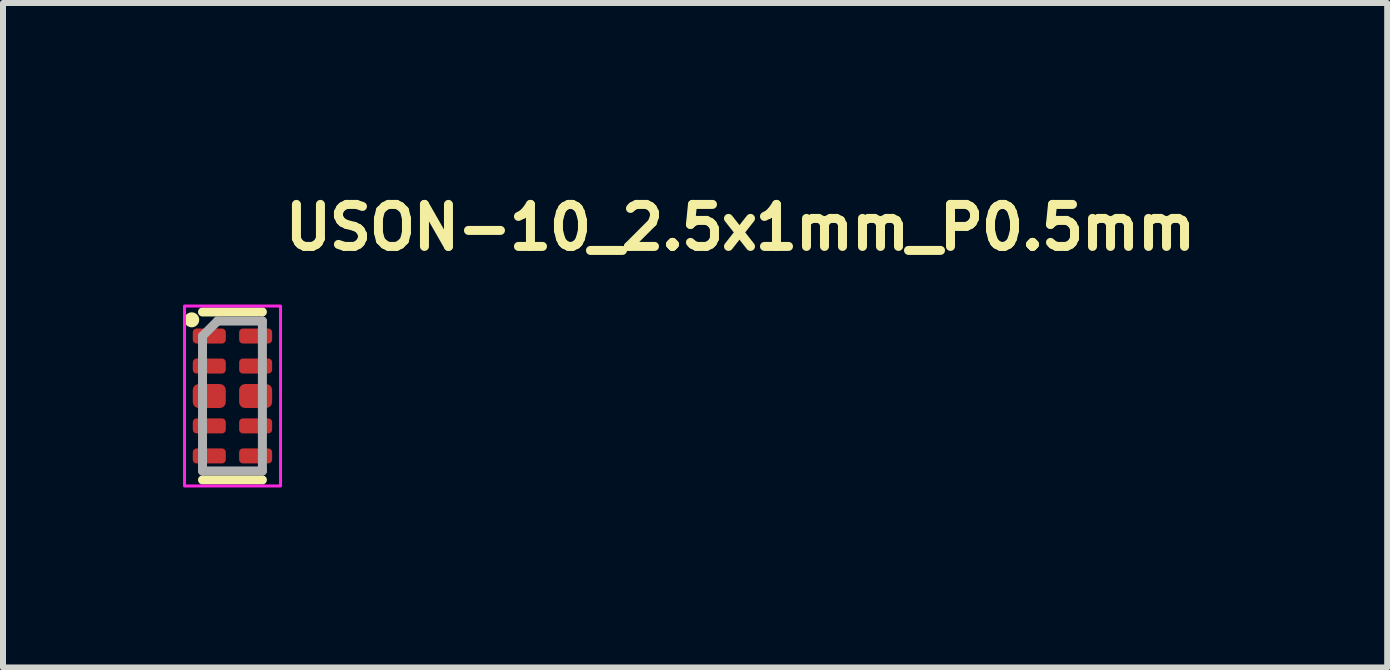
<source format=kicad_pcb>
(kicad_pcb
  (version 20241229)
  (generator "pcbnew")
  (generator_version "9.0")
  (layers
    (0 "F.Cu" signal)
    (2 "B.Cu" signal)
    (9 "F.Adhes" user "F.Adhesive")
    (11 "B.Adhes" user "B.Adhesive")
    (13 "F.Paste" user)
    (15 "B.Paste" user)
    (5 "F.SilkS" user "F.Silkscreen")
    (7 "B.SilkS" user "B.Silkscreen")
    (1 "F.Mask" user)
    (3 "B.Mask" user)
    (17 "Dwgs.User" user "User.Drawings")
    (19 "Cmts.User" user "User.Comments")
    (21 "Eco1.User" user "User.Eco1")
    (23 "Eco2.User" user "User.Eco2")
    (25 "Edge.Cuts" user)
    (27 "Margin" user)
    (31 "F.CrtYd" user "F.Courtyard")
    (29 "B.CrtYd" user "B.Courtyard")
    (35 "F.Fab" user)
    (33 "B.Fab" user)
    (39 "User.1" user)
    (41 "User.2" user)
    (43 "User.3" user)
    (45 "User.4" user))
  (footprint "USON-10_2.5x1mm_P0.5mm"
    (layer "F.Cu")
    (at 0.825 3.55)
    (property "Reference" "USON-10_2.5x1mm_P0.5mm" (at 0.8 -2.4 0) (layer "F.SilkS") (effects (font (size 0.7 0.7) (thickness 0.15)) (justify left bottom)))
    (attr smd)
    (fp_line (start -0.5 -1.401) (end 0.498 -1.401) (stroke (width 0.15) (type solid)) (layer "F.SilkS"))
    (fp_line (start -0.5 1.398) (end 0.498 1.398) (stroke (width 0.15) (type solid)) (layer "F.SilkS"))
    (fp_circle (center -0.68 -1.27) (end -0.63 -1.27) (stroke (width 0.15) (type solid)) (fill yes) (layer "F.SilkS"))
    (fp_rect (start 0.8 1.499) (end -0.8 -1.5) (stroke (width 0.05) (type solid)) (fill no) (layer "F.CrtYd"))
    (fp_line (start -0.5 -1) (end -0.25 -1.25) (stroke (width 0.15) (type solid)) (layer "F.Fab"))
    (fp_line (start -0.5 1.249) (end -0.5 -1) (stroke (width 0.15) (type solid)) (layer "F.Fab"))
    (fp_line (start -0.25 -1.25) (end 0.498 -1.25) (stroke (width 0.15) (type solid)) (layer "F.Fab"))
    (fp_line (start 0.498 1.249) (end -0.5 1.249) (stroke (width 0.15) (type solid)) (layer "F.Fab"))
    (fp_line (start 0.498 1.249) (end 0.498 -1.25) (stroke (width 0.15) (type solid)) (layer "F.Fab"))
    (fp_rect (start 0.498 1.249) (end -0.5 -1.25) (stroke (width 0.1) (type solid)) (fill no) (layer "User.5"))
    (fp_line (start -0.5 -1.25) (end 0.498 -1.25) (stroke (width 0.02) (type solid)) (layer "User.9"))
    (fp_line (start -0.5 1.249) (end -0.5 -1.25) (stroke (width 0.02) (type solid)) (layer "User.9"))
    (fp_line (start -0.422 -1.063) (end -0.422 -1.055) (stroke (width 0.02) (type solid)) (layer "User.9"))
    (fp_line (start -0.422 -1.063) (end -0.422 -1.055) (stroke (width 0.02) (type solid)) (layer "User.9"))
    (fp_line (start -0.422 -1.055) (end -0.422 -1.049) (stroke (width 0.02) (type solid)) (layer "User.9"))
    (fp_line (start -0.422 -1.055) (end -0.422 -1.049) (stroke (width 0.02) (type solid)) (layer "User.9"))
    (fp_line (start -0.422 -1.049) (end -0.422 -1.043) (stroke (width 0.02) (type solid)) (layer "User.9"))
    (fp_line (start -0.422 -1.049) (end -0.422 -1.043) (stroke (width 0.02) (type solid)) (layer "User.9"))
    (fp_line (start -0.422 -1.043) (end -0.422 -1.037) (stroke (width 0.02) (type solid)) (layer "User.9"))
    (fp_line (start -0.422 -1.043) (end -0.422 -1.037) (stroke (width 0.02) (type solid)) (layer "User.9"))
    (fp_line (start -0.422 -1.037) (end -0.421 -1.031) (stroke (width 0.02) (type solid)) (layer "User.9"))
    (fp_line (start -0.422 -1.037) (end -0.421 -1.031) (stroke (width 0.02) (type solid)) (layer "User.9"))
    (fp_line (start -0.421 -1.069) (end -0.422 -1.063) (stroke (width 0.02) (type solid)) (layer "User.9"))
    (fp_line (start -0.421 -1.069) (end -0.422 -1.063) (stroke (width 0.02) (type solid)) (layer "User.9"))
    (fp_line (start -0.421 -1.031) (end -0.419 -1.024) (stroke (width 0.02) (type solid)) (layer "User.9"))
    (fp_line (start -0.421 -1.031) (end -0.419 -1.024) (stroke (width 0.02) (type solid)) (layer "User.9"))
    (fp_line (start -0.419 -1.075) (end -0.421 -1.069) (stroke (width 0.02) (type solid)) (layer "User.9"))
    (fp_line (start -0.419 -1.075) (end -0.421 -1.069) (stroke (width 0.02) (type solid)) (layer "User.9"))
    (fp_line (start -0.419 -1.024) (end -0.417 -1.018) (stroke (width 0.02) (type solid)) (layer "User.9"))
    (fp_line (start -0.419 -1.024) (end -0.417 -1.018) (stroke (width 0.02) (type solid)) (layer "User.9"))
    (fp_line (start -0.417 -1.081) (end -0.419 -1.075) (stroke (width 0.02) (type solid)) (layer "User.9"))
    (fp_line (start -0.417 -1.081) (end -0.419 -1.075) (stroke (width 0.02) (type solid)) (layer "User.9"))
    (fp_line (start -0.417 -1.018) (end -0.416 -1.012) (stroke (width 0.02) (type solid)) (layer "User.9"))
    (fp_line (start -0.417 -1.018) (end -0.416 -1.012) (stroke (width 0.02) (type solid)) (layer "User.9"))
    (fp_line (start -0.416 -1.087) (end -0.417 -1.081) (stroke (width 0.02) (type solid)) (layer "User.9"))
    (fp_line (start -0.416 -1.087) (end -0.417 -1.081) (stroke (width 0.02) (type solid)) (layer "User.9"))
    (fp_line (start -0.416 -1.012) (end -0.413 -1.006) (stroke (width 0.02) (type solid)) (layer "User.9"))
    (fp_line (start -0.416 -1.012) (end -0.413 -1.006) (stroke (width 0.02) (type solid)) (layer "User.9"))
    (fp_line (start -0.413 -1.093) (end -0.416 -1.087) (stroke (width 0.02) (type solid)) (layer "User.9"))
    (fp_line (start -0.413 -1.093) (end -0.416 -1.087) (stroke (width 0.02) (type solid)) (layer "User.9"))
    (fp_line (start -0.413 -1.006) (end -0.41 -0.999) (stroke (width 0.02) (type solid)) (layer "User.9"))
    (fp_line (start -0.413 -1.006) (end -0.41 -0.999) (stroke (width 0.02) (type solid)) (layer "User.9"))
    (fp_line (start -0.41 -1.099) (end -0.413 -1.093) (stroke (width 0.02) (type solid)) (layer "User.9"))
    (fp_line (start -0.41 -1.099) (end -0.413 -1.093) (stroke (width 0.02) (type solid)) (layer "User.9"))
    (fp_line (start -0.41 -1.099) (end -0.41 -1.099) (stroke (width 0.02) (type solid)) (layer "User.9"))
    (fp_line (start -0.41 -1.099) (end -0.41 -1.099) (stroke (width 0.02) (type solid)) (layer "User.9"))
    (fp_line (start -0.41 -0.999) (end -0.41 -0.999) (stroke (width 0.02) (type solid)) (layer "User.9"))
    (fp_line (start -0.41 -0.999) (end -0.41 -0.999) (stroke (width 0.02) (type solid)) (layer "User.9"))
    (fp_line (start -0.41 -0.999) (end -0.407 -0.993) (stroke (width 0.02) (type solid)) (layer "User.9"))
    (fp_line (start -0.41 -0.999) (end -0.407 -0.993) (stroke (width 0.02) (type solid)) (layer "User.9"))
    (fp_line (start -0.408 -1.103) (end -0.41 -1.099) (stroke (width 0.02) (type solid)) (layer "User.9"))
    (fp_line (start -0.408 -1.103) (end -0.41 -1.099) (stroke (width 0.02) (type solid)) (layer "User.9"))
    (fp_line (start -0.407 -1.105) (end -0.408 -1.103) (stroke (width 0.02) (type solid)) (layer "User.9"))
    (fp_line (start -0.407 -1.105) (end -0.408 -1.103) (stroke (width 0.02) (type solid)) (layer "User.9"))
    (fp_line (start -0.407 -0.993) (end -0.403 -0.988) (stroke (width 0.02) (type solid)) (layer "User.9"))
    (fp_line (start -0.407 -0.993) (end -0.403 -0.988) (stroke (width 0.02) (type solid)) (layer "User.9"))
    (fp_line (start -0.405 -1.107) (end -0.407 -1.105) (stroke (width 0.02) (type solid)) (layer "User.9"))
    (fp_line (start -0.405 -1.107) (end -0.407 -1.105) (stroke (width 0.02) (type solid)) (layer "User.9"))
    (fp_line (start -0.403 -1.111) (end -0.405 -1.107) (stroke (width 0.02) (type solid)) (layer "User.9"))
    (fp_line (start -0.403 -1.111) (end -0.405 -1.107) (stroke (width 0.02) (type solid)) (layer "User.9"))
    (fp_line (start -0.403 -0.988) (end -0.399 -0.983) (stroke (width 0.02) (type solid)) (layer "User.9"))
    (fp_line (start -0.403 -0.988) (end -0.399 -0.983) (stroke (width 0.02) (type solid)) (layer "User.9"))
    (fp_line (start -0.401 -1.113) (end -0.403 -1.111) (stroke (width 0.02) (type solid)) (layer "User.9"))
    (fp_line (start -0.401 -1.113) (end -0.403 -1.111) (stroke (width 0.02) (type solid)) (layer "User.9"))
    (fp_line (start -0.399 -1.115) (end -0.401 -1.113) (stroke (width 0.02) (type solid)) (layer "User.9"))
    (fp_line (start -0.399 -1.115) (end -0.401 -1.113) (stroke (width 0.02) (type solid)) (layer "User.9"))
    (fp_line (start -0.399 -0.983) (end -0.394 -0.978) (stroke (width 0.02) (type solid)) (layer "User.9"))
    (fp_line (start -0.399 -0.983) (end -0.394 -0.978) (stroke (width 0.02) (type solid)) (layer "User.9"))
    (fp_line (start -0.396 -1.117) (end -0.399 -1.115) (stroke (width 0.02) (type solid)) (layer "User.9"))
    (fp_line (start -0.396 -1.117) (end -0.399 -1.115) (stroke (width 0.02) (type solid)) (layer "User.9"))
    (fp_line (start -0.394 -1.119) (end -0.396 -1.117) (stroke (width 0.02) (type solid)) (layer "User.9"))
    (fp_line (start -0.394 -1.119) (end -0.396 -1.117) (stroke (width 0.02) (type solid)) (layer "User.9"))
    (fp_line (start -0.394 -0.978) (end -0.389 -0.974) (stroke (width 0.02) (type solid)) (layer "User.9"))
    (fp_line (start -0.394 -0.978) (end -0.389 -0.974) (stroke (width 0.02) (type solid)) (layer "User.9"))
    (fp_line (start -0.392 -1.123) (end -0.394 -1.119) (stroke (width 0.02) (type solid)) (layer "User.9"))
    (fp_line (start -0.392 -1.123) (end -0.394 -1.119) (stroke (width 0.02) (type solid)) (layer "User.9"))
    (fp_line (start -0.389 -1.125) (end -0.392 -1.123) (stroke (width 0.02) (type solid)) (layer "User.9"))
    (fp_line (start -0.389 -1.125) (end -0.392 -1.123) (stroke (width 0.02) (type solid)) (layer "User.9"))
    (fp_line (start -0.389 -0.974) (end -0.383 -0.97) (stroke (width 0.02) (type solid)) (layer "User.9"))
    (fp_line (start -0.389 -0.974) (end -0.383 -0.97) (stroke (width 0.02) (type solid)) (layer "User.9"))
    (fp_line (start -0.387 -1.127) (end -0.389 -1.125) (stroke (width 0.02) (type solid)) (layer "User.9"))
    (fp_line (start -0.387 -1.127) (end -0.389 -1.125) (stroke (width 0.02) (type solid)) (layer "User.9"))
    (fp_line (start -0.383 -1.129) (end -0.387 -1.127) (stroke (width 0.02) (type solid)) (layer "User.9"))
    (fp_line (start -0.383 -1.129) (end -0.387 -1.127) (stroke (width 0.02) (type solid)) (layer "User.9"))
    (fp_line (start -0.383 -0.97) (end -0.378 -0.966) (stroke (width 0.02) (type solid)) (layer "User.9"))
    (fp_line (start -0.383 -0.97) (end -0.378 -0.966) (stroke (width 0.02) (type solid)) (layer "User.9"))
    (fp_line (start -0.381 -1.131) (end -0.383 -1.129) (stroke (width 0.02) (type solid)) (layer "User.9"))
    (fp_line (start -0.381 -1.131) (end -0.383 -1.129) (stroke (width 0.02) (type solid)) (layer "User.9"))
    (fp_line (start -0.378 -1.133) (end -0.381 -1.131) (stroke (width 0.02) (type solid)) (layer "User.9"))
    (fp_line (start -0.378 -1.133) (end -0.381 -1.131) (stroke (width 0.02) (type solid)) (layer "User.9"))
    (fp_line (start -0.378 -0.966) (end -0.373 -0.963) (stroke (width 0.02) (type solid)) (layer "User.9"))
    (fp_line (start -0.378 -0.966) (end -0.373 -0.963) (stroke (width 0.02) (type solid)) (layer "User.9"))
    (fp_line (start -0.375 -1.133) (end -0.378 -1.133) (stroke (width 0.02) (type solid)) (layer "User.9"))
    (fp_line (start -0.375 -1.133) (end -0.378 -1.133) (stroke (width 0.02) (type solid)) (layer "User.9"))
    (fp_line (start -0.373 -1.135) (end -0.375 -1.133) (stroke (width 0.02) (type solid)) (layer "User.9"))
    (fp_line (start -0.373 -1.135) (end -0.375 -1.133) (stroke (width 0.02) (type solid)) (layer "User.9"))
    (fp_line (start -0.373 -0.963) (end -0.367 -0.96) (stroke (width 0.02) (type solid)) (layer "User.9"))
    (fp_line (start -0.373 -0.963) (end -0.367 -0.96) (stroke (width 0.02) (type solid)) (layer "User.9"))
    (fp_line (start -0.37 -1.137) (end -0.373 -1.135) (stroke (width 0.02) (type solid)) (layer "User.9"))
    (fp_line (start -0.37 -1.137) (end -0.373 -1.135) (stroke (width 0.02) (type solid)) (layer "User.9"))
    (fp_line (start -0.367 -1.139) (end -0.37 -1.137) (stroke (width 0.02) (type solid)) (layer "User.9"))
    (fp_line (start -0.367 -1.139) (end -0.37 -1.137) (stroke (width 0.02) (type solid)) (layer "User.9"))
    (fp_line (start -0.367 -0.96) (end -0.361 -0.958) (stroke (width 0.02) (type solid)) (layer "User.9"))
    (fp_line (start -0.367 -0.96) (end -0.361 -0.958) (stroke (width 0.02) (type solid)) (layer "User.9"))
    (fp_line (start -0.364 -1.141) (end -0.367 -1.139) (stroke (width 0.02) (type solid)) (layer "User.9"))
    (fp_line (start -0.364 -1.141) (end -0.367 -1.139) (stroke (width 0.02) (type solid)) (layer "User.9"))
    (fp_line (start -0.361 -1.141) (end -0.364 -1.141) (stroke (width 0.02) (type solid)) (layer "User.9"))
    (fp_line (start -0.361 -1.141) (end -0.364 -1.141) (stroke (width 0.02) (type solid)) (layer "User.9"))
    (fp_line (start -0.361 -0.958) (end -0.355 -0.956) (stroke (width 0.02) (type solid)) (layer "User.9"))
    (fp_line (start -0.361 -0.958) (end -0.355 -0.956) (stroke (width 0.02) (type solid)) (layer "User.9"))
    (fp_line (start -0.358 -1.143) (end -0.361 -1.141) (stroke (width 0.02) (type solid)) (layer "User.9"))
    (fp_line (start -0.358 -1.143) (end -0.361 -1.141) (stroke (width 0.02) (type solid)) (layer "User.9"))
    (fp_line (start -0.355 -1.143) (end -0.358 -1.143) (stroke (width 0.02) (type solid)) (layer "User.9"))
    (fp_line (start -0.355 -1.143) (end -0.358 -1.143) (stroke (width 0.02) (type solid)) (layer "User.9"))
    (fp_line (start -0.355 -0.956) (end -0.35 -0.954) (stroke (width 0.02) (type solid)) (layer "User.9"))
    (fp_line (start -0.355 -0.956) (end -0.35 -0.954) (stroke (width 0.02) (type solid)) (layer "User.9"))
    (fp_line (start -0.352 -1.145) (end -0.355 -1.143) (stroke (width 0.02) (type solid)) (layer "User.9"))
    (fp_line (start -0.352 -1.145) (end -0.355 -1.143) (stroke (width 0.02) (type solid)) (layer "User.9"))
    (fp_line (start -0.35 -1.145) (end -0.352 -1.145) (stroke (width 0.02) (type solid)) (layer "User.9"))
    (fp_line (start -0.35 -1.145) (end -0.352 -1.145) (stroke (width 0.02) (type solid)) (layer "User.9"))
    (fp_line (start -0.35 -0.954) (end -0.344 -0.952) (stroke (width 0.02) (type solid)) (layer "User.9"))
    (fp_line (start -0.35 -0.954) (end -0.344 -0.952) (stroke (width 0.02) (type solid)) (layer "User.9"))
    (fp_line (start -0.347 -1.147) (end -0.35 -1.145) (stroke (width 0.02) (type solid)) (layer "User.9"))
    (fp_line (start -0.347 -1.147) (end -0.35 -1.145) (stroke (width 0.02) (type solid)) (layer "User.9"))
    (fp_line (start -0.344 -1.147) (end -0.347 -1.147) (stroke (width 0.02) (type solid)) (layer "User.9"))
    (fp_line (start -0.344 -1.147) (end -0.347 -1.147) (stroke (width 0.02) (type solid)) (layer "User.9"))
    (fp_line (start -0.344 -0.952) (end -0.337 -0.951) (stroke (width 0.02) (type solid)) (layer "User.9"))
    (fp_line (start -0.344 -0.952) (end -0.337 -0.951) (stroke (width 0.02) (type solid)) (layer "User.9"))
    (fp_line (start -0.34 -1.147) (end -0.344 -1.147) (stroke (width 0.02) (type solid)) (layer "User.9"))
    (fp_line (start -0.34 -1.147) (end -0.344 -1.147) (stroke (width 0.02) (type solid)) (layer "User.9"))
    (fp_line (start -0.337 -1.149) (end -0.34 -1.147) (stroke (width 0.02) (type solid)) (layer "User.9"))
    (fp_line (start -0.337 -1.149) (end -0.34 -1.147) (stroke (width 0.02) (type solid)) (layer "User.9"))
    (fp_line (start -0.337 -0.951) (end -0.331 -0.95) (stroke (width 0.02) (type solid)) (layer "User.9"))
    (fp_line (start -0.337 -0.951) (end -0.331 -0.95) (stroke (width 0.02) (type solid)) (layer "User.9"))
    (fp_line (start -0.334 -1.149) (end -0.337 -1.149) (stroke (width 0.02) (type solid)) (layer "User.9"))
    (fp_line (start -0.334 -1.149) (end -0.337 -1.149) (stroke (width 0.02) (type solid)) (layer "User.9"))
    (fp_line (start -0.331 -1.149) (end -0.334 -1.149) (stroke (width 0.02) (type solid)) (layer "User.9"))
    (fp_line (start -0.331 -1.149) (end -0.334 -1.149) (stroke (width 0.02) (type solid)) (layer "User.9"))
    (fp_line (start -0.331 -0.95) (end -0.324 -0.95) (stroke (width 0.02) (type solid)) (layer "User.9"))
    (fp_line (start -0.331 -0.95) (end -0.324 -0.95) (stroke (width 0.02) (type solid)) (layer "User.9"))
    (fp_line (start -0.327 -1.149) (end -0.331 -1.149) (stroke (width 0.02) (type solid)) (layer "User.9"))
    (fp_line (start -0.327 -1.149) (end -0.331 -1.149) (stroke (width 0.02) (type solid)) (layer "User.9"))
    (fp_line (start -0.324 -1.149) (end -0.327 -1.149) (stroke (width 0.02) (type solid)) (layer "User.9"))
    (fp_line (start -0.324 -1.149) (end -0.327 -1.149) (stroke (width 0.02) (type solid)) (layer "User.9"))
    (fp_line (start -0.324 -0.95) (end -0.32 -0.95) (stroke (width 0.02) (type solid)) (layer "User.9"))
    (fp_line (start -0.324 -0.95) (end -0.32 -0.95) (stroke (width 0.02) (type solid)) (layer "User.9"))
    (fp_line (start -0.32 -0.95) (end -0.316 -0.95) (stroke (width 0.02) (type solid)) (layer "User.9"))
    (fp_line (start -0.32 -0.95) (end -0.316 -0.95) (stroke (width 0.02) (type solid)) (layer "User.9"))
    (fp_line (start -0.316 -1.149) (end -0.324 -1.149) (stroke (width 0.02) (type solid)) (layer "User.9"))
    (fp_line (start -0.316 -1.149) (end -0.324 -1.149) (stroke (width 0.02) (type solid)) (layer "User.9"))
    (fp_line (start -0.316 -0.95) (end -0.313 -0.951) (stroke (width 0.02) (type solid)) (layer "User.9"))
    (fp_line (start -0.316 -0.95) (end -0.313 -0.951) (stroke (width 0.02) (type solid)) (layer "User.9"))
    (fp_line (start -0.313 -0.951) (end -0.31 -0.951) (stroke (width 0.02) (type solid)) (layer "User.9"))
    (fp_line (start -0.313 -0.951) (end -0.31 -0.951) (stroke (width 0.02) (type solid)) (layer "User.9"))
    (fp_line (start -0.31 -1.149) (end -0.316 -1.149) (stroke (width 0.02) (type solid)) (layer "User.9"))
    (fp_line (start -0.31 -1.149) (end -0.316 -1.149) (stroke (width 0.02) (type solid)) (layer "User.9"))
    (fp_line (start -0.31 -0.951) (end -0.306 -0.952) (stroke (width 0.02) (type solid)) (layer "User.9"))
    (fp_line (start -0.31 -0.951) (end -0.306 -0.952) (stroke (width 0.02) (type solid)) (layer "User.9"))
    (fp_line (start -0.306 -0.952) (end -0.303 -0.952) (stroke (width 0.02) (type solid)) (layer "User.9"))
    (fp_line (start -0.306 -0.952) (end -0.303 -0.952) (stroke (width 0.02) (type solid)) (layer "User.9"))
    (fp_line (start -0.303 -1.147) (end -0.31 -1.149) (stroke (width 0.02) (type solid)) (layer "User.9"))
    (fp_line (start -0.303 -1.147) (end -0.31 -1.149) (stroke (width 0.02) (type solid)) (layer "User.9"))
    (fp_line (start -0.303 -0.952) (end -0.3 -0.953) (stroke (width 0.02) (type solid)) (layer "User.9"))
    (fp_line (start -0.303 -0.952) (end -0.3 -0.953) (stroke (width 0.02) (type solid)) (layer "User.9"))
    (fp_line (start -0.3 -0.953) (end -0.297 -0.954) (stroke (width 0.02) (type solid)) (layer "User.9"))
    (fp_line (start -0.3 -0.953) (end -0.297 -0.954) (stroke (width 0.02) (type solid)) (layer "User.9"))
    (fp_line (start -0.297 -1.145) (end -0.303 -1.147) (stroke (width 0.02) (type solid)) (layer "User.9"))
    (fp_line (start -0.297 -1.145) (end -0.303 -1.147) (stroke (width 0.02) (type solid)) (layer "User.9"))
    (fp_line (start -0.297 -0.954) (end -0.294 -0.955) (stroke (width 0.02) (type solid)) (layer "User.9"))
    (fp_line (start -0.297 -0.954) (end -0.294 -0.955) (stroke (width 0.02) (type solid)) (layer "User.9"))
    (fp_line (start -0.294 -0.955) (end -0.291 -0.956) (stroke (width 0.02) (type solid)) (layer "User.9"))
    (fp_line (start -0.294 -0.955) (end -0.291 -0.956) (stroke (width 0.02) (type solid)) (layer "User.9"))
    (fp_line (start -0.291 -1.143) (end -0.297 -1.145) (stroke (width 0.02) (type solid)) (layer "User.9"))
    (fp_line (start -0.291 -1.143) (end -0.297 -1.145) (stroke (width 0.02) (type solid)) (layer "User.9"))
    (fp_line (start -0.291 -0.956) (end -0.289 -0.957) (stroke (width 0.02) (type solid)) (layer "User.9"))
    (fp_line (start -0.291 -0.956) (end -0.289 -0.957) (stroke (width 0.02) (type solid)) (layer "User.9"))
    (fp_line (start -0.289 -0.957) (end -0.286 -0.958) (stroke (width 0.02) (type solid)) (layer "User.9"))
    (fp_line (start -0.289 -0.957) (end -0.286 -0.958) (stroke (width 0.02) (type solid)) (layer "User.9"))
    (fp_line (start -0.286 -1.141) (end -0.291 -1.143) (stroke (width 0.02) (type solid)) (layer "User.9"))
    (fp_line (start -0.286 -1.141) (end -0.291 -1.143) (stroke (width 0.02) (type solid)) (layer "User.9"))
    (fp_line (start -0.286 -0.958) (end -0.283 -0.959) (stroke (width 0.02) (type solid)) (layer "User.9"))
    (fp_line (start -0.286 -0.958) (end -0.283 -0.959) (stroke (width 0.02) (type solid)) (layer "User.9"))
    (fp_line (start -0.283 -0.959) (end -0.28 -0.96) (stroke (width 0.02) (type solid)) (layer "User.9"))
    (fp_line (start -0.283 -0.959) (end -0.28 -0.96) (stroke (width 0.02) (type solid)) (layer "User.9"))
    (fp_line (start -0.28 -1.139) (end -0.286 -1.141) (stroke (width 0.02) (type solid)) (layer "User.9"))
    (fp_line (start -0.28 -1.139) (end -0.286 -1.141) (stroke (width 0.02) (type solid)) (layer "User.9"))
    (fp_line (start -0.28 -0.96) (end -0.277 -0.961) (stroke (width 0.02) (type solid)) (layer "User.9"))
    (fp_line (start -0.28 -0.96) (end -0.277 -0.961) (stroke (width 0.02) (type solid)) (layer "User.9"))
    (fp_line (start -0.277 -0.961) (end -0.274 -0.963) (stroke (width 0.02) (type solid)) (layer "User.9"))
    (fp_line (start -0.277 -0.961) (end -0.274 -0.963) (stroke (width 0.02) (type solid)) (layer "User.9"))
    (fp_line (start -0.274 -1.135) (end -0.28 -1.139) (stroke (width 0.02) (type solid)) (layer "User.9"))
    (fp_line (start -0.274 -1.135) (end -0.28 -1.139) (stroke (width 0.02) (type solid)) (layer "User.9"))
    (fp_line (start -0.274 -0.963) (end -0.271 -0.964) (stroke (width 0.02) (type solid)) (layer "User.9"))
    (fp_line (start -0.274 -0.963) (end -0.271 -0.964) (stroke (width 0.02) (type solid)) (layer "User.9"))
    (fp_line (start -0.271 -0.964) (end -0.269 -0.966) (stroke (width 0.02) (type solid)) (layer "User.9"))
    (fp_line (start -0.271 -0.964) (end -0.269 -0.966) (stroke (width 0.02) (type solid)) (layer "User.9"))
    (fp_line (start -0.269 -1.133) (end -0.274 -1.135) (stroke (width 0.02) (type solid)) (layer "User.9"))
    (fp_line (start -0.269 -1.133) (end -0.274 -1.135) (stroke (width 0.02) (type solid)) (layer "User.9"))
    (fp_line (start -0.269 -0.966) (end -0.266 -0.968) (stroke (width 0.02) (type solid)) (layer "User.9"))
    (fp_line (start -0.269 -0.966) (end -0.266 -0.968) (stroke (width 0.02) (type solid)) (layer "User.9"))
    (fp_line (start -0.266 -0.968) (end -0.263 -0.97) (stroke (width 0.02) (type solid)) (layer "User.9"))
    (fp_line (start -0.266 -0.968) (end -0.263 -0.97) (stroke (width 0.02) (type solid)) (layer "User.9"))
    (fp_line (start -0.263 -1.129) (end -0.269 -1.133) (stroke (width 0.02) (type solid)) (layer "User.9"))
    (fp_line (start -0.263 -1.129) (end -0.269 -1.133) (stroke (width 0.02) (type solid)) (layer "User.9"))
    (fp_line (start -0.263 -0.97) (end -0.261 -0.972) (stroke (width 0.02) (type solid)) (layer "User.9"))
    (fp_line (start -0.263 -0.97) (end -0.261 -0.972) (stroke (width 0.02) (type solid)) (layer "User.9"))
    (fp_line (start -0.261 -0.972) (end -0.258 -0.974) (stroke (width 0.02) (type solid)) (layer "User.9"))
    (fp_line (start -0.261 -0.972) (end -0.258 -0.974) (stroke (width 0.02) (type solid)) (layer "User.9"))
    (fp_line (start -0.258 -1.125) (end -0.263 -1.129) (stroke (width 0.02) (type solid)) (layer "User.9"))
    (fp_line (start -0.258 -1.125) (end -0.263 -1.129) (stroke (width 0.02) (type solid)) (layer "User.9"))
    (fp_line (start -0.258 -0.974) (end -0.255 -0.976) (stroke (width 0.02) (type solid)) (layer "User.9"))
    (fp_line (start -0.258 -0.974) (end -0.255 -0.976) (stroke (width 0.02) (type solid)) (layer "User.9"))
    (fp_line (start -0.255 -0.976) (end -0.253 -0.978) (stroke (width 0.02) (type solid)) (layer "User.9"))
    (fp_line (start -0.255 -0.976) (end -0.253 -0.978) (stroke (width 0.02) (type solid)) (layer "User.9"))
    (fp_line (start -0.253 -1.119) (end -0.258 -1.125) (stroke (width 0.02) (type solid)) (layer "User.9"))
    (fp_line (start -0.253 -1.119) (end -0.258 -1.125) (stroke (width 0.02) (type solid)) (layer "User.9"))
    (fp_line (start -0.253 -0.978) (end -0.25 -0.981) (stroke (width 0.02) (type solid)) (layer "User.9"))
    (fp_line (start -0.253 -0.978) (end -0.25 -0.981) (stroke (width 0.02) (type solid)) (layer "User.9"))
    (fp_line (start -0.25 -0.981) (end -0.248 -0.983) (stroke (width 0.02) (type solid)) (layer "User.9"))
    (fp_line (start -0.25 -0.981) (end -0.248 -0.983) (stroke (width 0.02) (type solid)) (layer "User.9"))
    (fp_line (start -0.248 -1.115) (end -0.253 -1.119) (stroke (width 0.02) (type solid)) (layer "User.9"))
    (fp_line (start -0.248 -1.115) (end -0.253 -1.119) (stroke (width 0.02) (type solid)) (layer "User.9"))
    (fp_line (start -0.248 -0.983) (end -0.246 -0.986) (stroke (width 0.02) (type solid)) (layer "User.9"))
    (fp_line (start -0.248 -0.983) (end -0.246 -0.986) (stroke (width 0.02) (type solid)) (layer "User.9"))
    (fp_line (start -0.246 -0.986) (end -0.244 -0.988) (stroke (width 0.02) (type solid)) (layer "User.9"))
    (fp_line (start -0.246 -0.986) (end -0.244 -0.988) (stroke (width 0.02) (type solid)) (layer "User.9"))
    (fp_line (start -0.244 -1.111) (end -0.248 -1.115) (stroke (width 0.02) (type solid)) (layer "User.9"))
    (fp_line (start -0.244 -1.111) (end -0.248 -1.115) (stroke (width 0.02) (type solid)) (layer "User.9"))
    (fp_line (start -0.244 -0.988) (end -0.242 -0.991) (stroke (width 0.02) (type solid)) (layer "User.9"))
    (fp_line (start -0.244 -0.988) (end -0.242 -0.991) (stroke (width 0.02) (type solid)) (layer "User.9"))
    (fp_line (start -0.242 -0.991) (end -0.24 -0.993) (stroke (width 0.02) (type solid)) (layer "User.9"))
    (fp_line (start -0.242 -0.991) (end -0.24 -0.993) (stroke (width 0.02) (type solid)) (layer "User.9"))
    (fp_line (start -0.24 -1.105) (end -0.244 -1.111) (stroke (width 0.02) (type solid)) (layer "User.9"))
    (fp_line (start -0.24 -1.105) (end -0.244 -1.111) (stroke (width 0.02) (type solid)) (layer "User.9"))
    (fp_line (start -0.24 -0.993) (end -0.239 -0.996) (stroke (width 0.02) (type solid)) (layer "User.9"))
    (fp_line (start -0.24 -0.993) (end -0.239 -0.996) (stroke (width 0.02) (type solid)) (layer "User.9"))
    (fp_line (start -0.239 -0.996) (end -0.238 -0.999) (stroke (width 0.02) (type solid)) (layer "User.9"))
    (fp_line (start -0.239 -0.996) (end -0.238 -0.999) (stroke (width 0.02) (type solid)) (layer "User.9"))
    (fp_line (start -0.238 -1.099) (end -0.24 -1.105) (stroke (width 0.02) (type solid)) (layer "User.9"))
    (fp_line (start -0.238 -1.099) (end -0.24 -1.105) (stroke (width 0.02) (type solid)) (layer "User.9"))
    (fp_line (start -0.238 -1.099) (end -0.238 -1.099) (stroke (width 0.02) (type solid)) (layer "User.9"))
    (fp_line (start -0.238 -1.099) (end -0.238 -1.099) (stroke (width 0.02) (type solid)) (layer "User.9"))
    (fp_line (start -0.238 -0.999) (end -0.238 -0.999) (stroke (width 0.02) (type solid)) (layer "User.9"))
    (fp_line (start -0.238 -0.999) (end -0.238 -0.999) (stroke (width 0.02) (type solid)) (layer "User.9"))
    (fp_line (start -0.238 -0.999) (end -0.234 -1.006) (stroke (width 0.02) (type solid)) (layer "User.9"))
    (fp_line (start -0.238 -0.999) (end -0.234 -1.006) (stroke (width 0.02) (type solid)) (layer "User.9"))
    (fp_line (start -0.234 -1.093) (end -0.238 -1.099) (stroke (width 0.02) (type solid)) (layer "User.9"))
    (fp_line (start -0.234 -1.093) (end -0.238 -1.099) (stroke (width 0.02) (type solid)) (layer "User.9"))
    (fp_line (start -0.234 -1.006) (end -0.232 -1.012) (stroke (width 0.02) (type solid)) (layer "User.9"))
    (fp_line (start -0.234 -1.006) (end -0.232 -1.012) (stroke (width 0.02) (type solid)) (layer "User.9"))
    (fp_line (start -0.232 -1.087) (end -0.234 -1.093) (stroke (width 0.02) (type solid)) (layer "User.9"))
    (fp_line (start -0.232 -1.087) (end -0.234 -1.093) (stroke (width 0.02) (type solid)) (layer "User.9"))
    (fp_line (start -0.232 -1.012) (end -0.229 -1.018) (stroke (width 0.02) (type solid)) (layer "User.9"))
    (fp_line (start -0.232 -1.012) (end -0.229 -1.018) (stroke (width 0.02) (type solid)) (layer "User.9"))
    (fp_line (start -0.229 -1.081) (end -0.232 -1.087) (stroke (width 0.02) (type solid)) (layer "User.9"))
    (fp_line (start -0.229 -1.081) (end -0.232 -1.087) (stroke (width 0.02) (type solid)) (layer "User.9"))
    (fp_line (start -0.229 -1.018) (end -0.228 -1.024) (stroke (width 0.02) (type solid)) (layer "User.9"))
    (fp_line (start -0.229 -1.018) (end -0.228 -1.024) (stroke (width 0.02) (type solid)) (layer "User.9"))
    (fp_line (start -0.228 -1.075) (end -0.229 -1.081) (stroke (width 0.02) (type solid)) (layer "User.9"))
    (fp_line (start -0.228 -1.075) (end -0.229 -1.081) (stroke (width 0.02) (type solid)) (layer "User.9"))
    (fp_line (start -0.228 -1.024) (end -0.226 -1.031) (stroke (width 0.02) (type solid)) (layer "User.9"))
    (fp_line (start -0.228 -1.024) (end -0.226 -1.031) (stroke (width 0.02) (type solid)) (layer "User.9"))
    (fp_line (start -0.226 -1.069) (end -0.228 -1.075) (stroke (width 0.02) (type solid)) (layer "User.9"))
    (fp_line (start -0.226 -1.069) (end -0.228 -1.075) (stroke (width 0.02) (type solid)) (layer "User.9"))
    (fp_line (start -0.226 -1.031) (end -0.224 -1.037) (stroke (width 0.02) (type solid)) (layer "User.9"))
    (fp_line (start -0.226 -1.031) (end -0.224 -1.037) (stroke (width 0.02) (type solid)) (layer "User.9"))
    (fp_line (start -0.224 -1.063) (end -0.226 -1.069) (stroke (width 0.02) (type solid)) (layer "User.9"))
    (fp_line (start -0.224 -1.063) (end -0.226 -1.069) (stroke (width 0.02) (type solid)) (layer "User.9"))
    (fp_line (start -0.224 -1.037) (end -0.223 -1.043) (stroke (width 0.02) (type solid)) (layer "User.9"))
    (fp_line (start -0.224 -1.037) (end -0.223 -1.043) (stroke (width 0.02) (type solid)) (layer "User.9"))
    (fp_line (start -0.223 -1.055) (end -0.224 -1.063) (stroke (width 0.02) (type solid)) (layer "User.9"))
    (fp_line (start -0.223 -1.055) (end -0.224 -1.063) (stroke (width 0.02) (type solid)) (layer "User.9"))
    (fp_line (start -0.223 -1.049) (end -0.223 -1.055) (stroke (width 0.02) (type solid)) (layer "User.9"))
    (fp_line (start -0.223 -1.049) (end -0.223 -1.055) (stroke (width 0.02) (type solid)) (layer "User.9"))
    (fp_line (start -0.223 -1.043) (end -0.223 -1.049) (stroke (width 0.02) (type solid)) (layer "User.9"))
    (fp_line (start -0.223 -1.043) (end -0.223 -1.049) (stroke (width 0.02) (type solid)) (layer "User.9"))
    (fp_line (start 0.498 -1.25) (end 0.498 1.249) (stroke (width 0.02) (type solid)) (layer "User.9"))
    (fp_line (start 0.498 1.249) (end -0.5 1.249) (stroke (width 0.02) (type solid)) (layer "User.9"))
    (pad "1" smd roundrect (at -0.387 -1 90) (size 0.25 0.55) (layers "F.Cu" "F.Mask" "F.Paste") (roundrect_rratio 0.25))
    (pad "2" smd roundrect (at -0.387 -0.5 90) (size 0.25 0.55) (layers "F.Cu" "F.Mask" "F.Paste") (roundrect_rratio 0.25))
    (pad "3" smd roundrect (at -0.387 0 90) (size 0.4 0.55) (layers "F.Cu" "F.Mask" "F.Paste") (roundrect_rratio 0.25))
    (pad "4" smd roundrect (at -0.387 0.498 90) (size 0.25 0.55) (layers "F.Cu" "F.Mask" "F.Paste") (roundrect_rratio 0.25))
    (pad "5" smd roundrect (at -0.387 0.998 90) (size 0.25 0.55) (layers "F.Cu" "F.Mask" "F.Paste") (roundrect_rratio 0.25))
    (pad "6" smd roundrect (at 0.385 0.998 90) (size 0.25 0.55) (layers "F.Cu" "F.Mask" "F.Paste") (roundrect_rratio 0.25))
    (pad "7" smd roundrect (at 0.385 0.498 90) (size 0.25 0.55) (layers "F.Cu" "F.Mask" "F.Paste") (roundrect_rratio 0.25))
    (pad "8" smd roundrect (at 0.385 0 90) (size 0.4 0.55) (layers "F.Cu" "F.Mask" "F.Paste") (roundrect_rratio 0.25))
    (pad "9" smd roundrect (at 0.385 -0.5 90) (size 0.25 0.55) (layers "F.Cu" "F.Mask" "F.Paste") (roundrect_rratio 0.25))
    (pad "10" smd roundrect (at 0.385 -1 90) (size 0.25 0.55) (layers "F.Cu" "F.Mask" "F.Paste") (roundrect_rratio 0.25)))
  (gr_rect
    (start -3 -3)
    (end 20.068 8.074)
    (stroke (width 0.1) (type default))
    (fill no)
    (layer "Edge.Cuts")))
</source>
